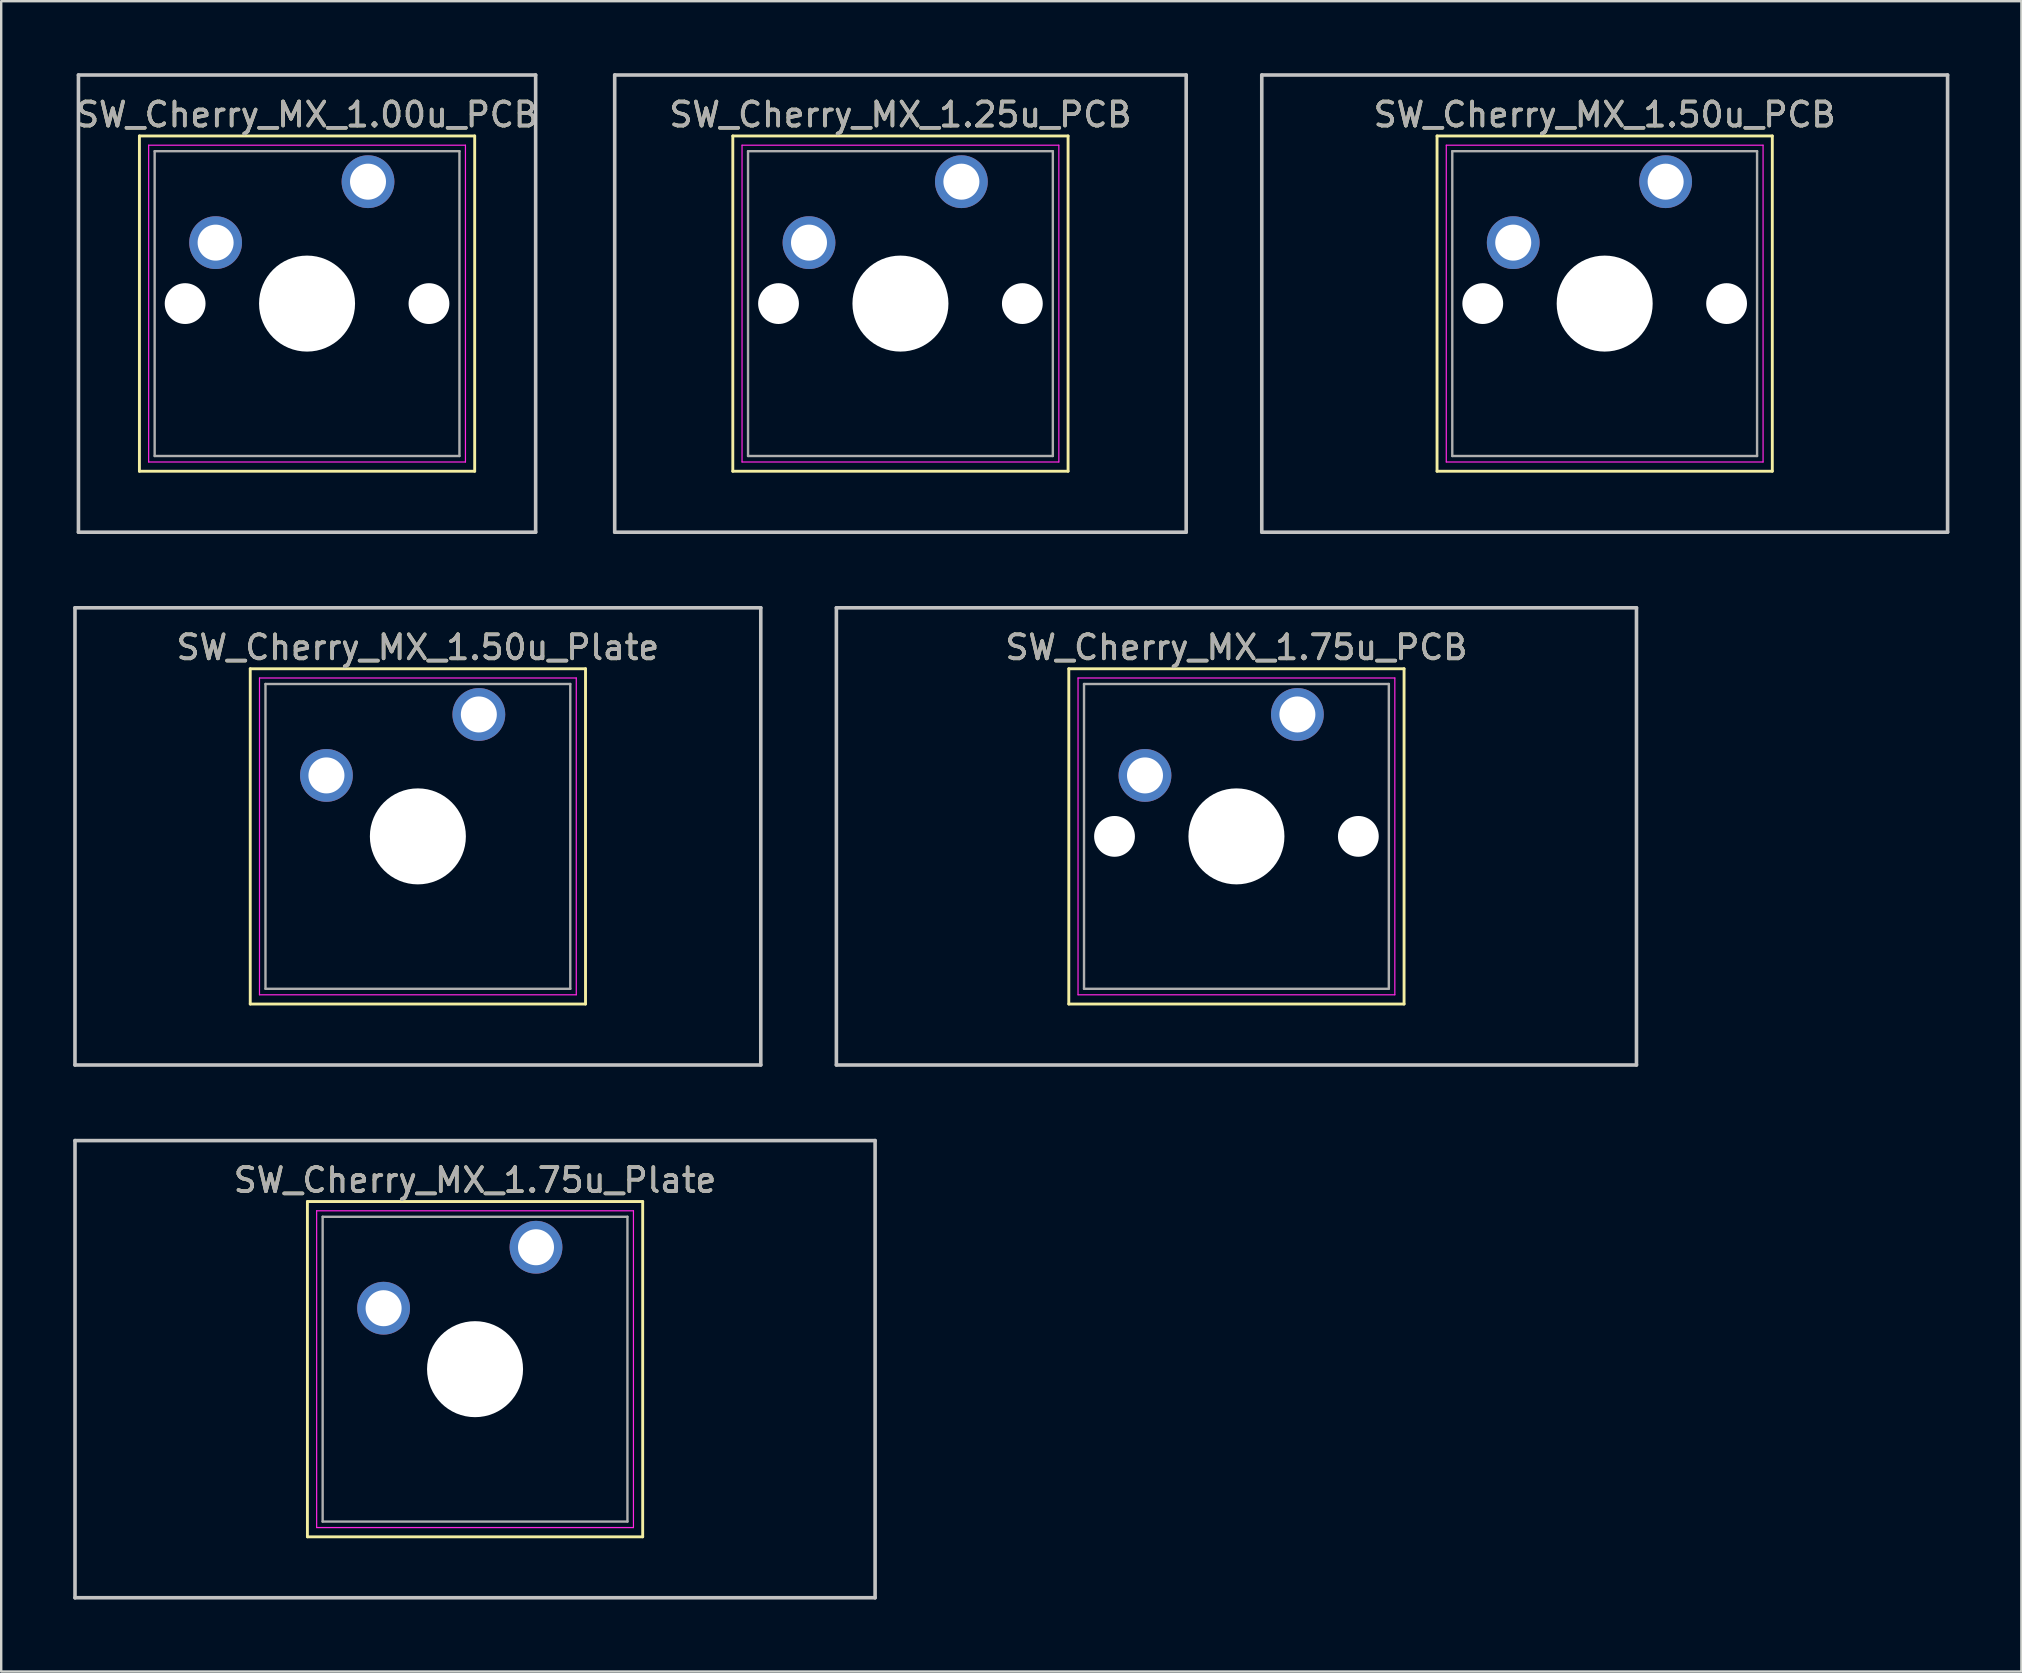
<source format=kicad_pcb>
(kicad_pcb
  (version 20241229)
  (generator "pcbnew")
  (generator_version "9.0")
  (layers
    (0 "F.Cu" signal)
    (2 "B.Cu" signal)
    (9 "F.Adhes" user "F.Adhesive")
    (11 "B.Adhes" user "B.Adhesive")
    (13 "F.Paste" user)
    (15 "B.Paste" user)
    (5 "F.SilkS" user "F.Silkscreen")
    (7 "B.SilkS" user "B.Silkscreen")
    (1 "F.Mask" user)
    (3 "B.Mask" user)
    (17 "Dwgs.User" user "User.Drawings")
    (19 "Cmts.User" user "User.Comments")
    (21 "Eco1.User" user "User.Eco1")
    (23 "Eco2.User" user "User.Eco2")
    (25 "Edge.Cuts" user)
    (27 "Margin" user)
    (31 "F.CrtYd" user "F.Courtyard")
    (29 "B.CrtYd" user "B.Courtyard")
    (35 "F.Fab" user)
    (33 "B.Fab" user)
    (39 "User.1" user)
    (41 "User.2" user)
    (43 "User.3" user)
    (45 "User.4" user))
  (footprint "SW_Cherry_MX_1.25u_PCB"
    (layer "F.Cu")
    (at 37.009 4.52)
    (property "Reference" "SW_Cherry_MX_1.25u_PCB" (at -2.54 -2.794 0) (layer "F.SilkS") (effects (font (size 1 1) (thickness 0.15))))
    (attr through_hole)
    (fp_line (start -9.525 -1.905) (end 4.445 -1.905) (stroke (width 0.12) (type solid)) (layer "F.SilkS"))
    (fp_line (start -9.525 12.065) (end -9.525 -1.905) (stroke (width 0.12) (type solid)) (layer "F.SilkS"))
    (fp_line (start 4.445 -1.905) (end 4.445 12.065) (stroke (width 0.12) (type solid)) (layer "F.SilkS"))
    (fp_line (start 4.445 12.065) (end -9.525 12.065) (stroke (width 0.12) (type solid)) (layer "F.SilkS"))
    (fp_line (start -14.446 -4.445) (end 9.366 -4.445) (stroke (width 0.15) (type solid)) (layer "Dwgs.User"))
    (fp_line (start -14.446 14.605) (end -14.446 -4.445) (stroke (width 0.15) (type solid)) (layer "Dwgs.User"))
    (fp_line (start 9.366 -4.445) (end 9.366 14.605) (stroke (width 0.15) (type solid)) (layer "Dwgs.User"))
    (fp_line (start 9.366 14.605) (end -14.446 14.605) (stroke (width 0.15) (type solid)) (layer "Dwgs.User"))
    (fp_line (start -9.14 -1.52) (end 4.06 -1.52) (stroke (width 0.05) (type solid)) (layer "F.CrtYd"))
    (fp_line (start -9.14 11.68) (end -9.14 -1.52) (stroke (width 0.05) (type solid)) (layer "F.CrtYd"))
    (fp_line (start 4.06 -1.52) (end 4.06 11.68) (stroke (width 0.05) (type solid)) (layer "F.CrtYd"))
    (fp_line (start 4.06 11.68) (end -9.14 11.68) (stroke (width 0.05) (type solid)) (layer "F.CrtYd"))
    (fp_line (start -8.89 -1.27) (end 3.81 -1.27) (stroke (width 0.1) (type solid)) (layer "F.Fab"))
    (fp_line (start -8.89 11.43) (end -8.89 -1.27) (stroke (width 0.1) (type solid)) (layer "F.Fab"))
    (fp_line (start 3.81 -1.27) (end 3.81 11.43) (stroke (width 0.1) (type solid)) (layer "F.Fab"))
    (fp_line (start 3.81 11.43) (end -8.89 11.43) (stroke (width 0.1) (type solid)) (layer "F.Fab"))
    (fp_text user "${REFERENCE}" (at -2.54 -2.794 0) (layer "F.Fab") (effects (font (size 1 1) (thickness 0.15))))
    (pad "" np_thru_hole circle (at -7.62 5.08) (size 1.7 1.7) (drill 1.7) (layers "*.Cu" "*.Mask"))
    (pad "" np_thru_hole circle (at -2.54 5.08) (size 4 4) (drill 4) (layers "*.Cu" "*.Mask"))
    (pad "" np_thru_hole circle (at 2.54 5.08) (size 1.7 1.7) (drill 1.7) (layers "*.Cu" "*.Mask"))
    (pad "1" thru_hole circle (at 0 0) (size 2.2 2.2) (drill 1.5) (layers "*.Cu" "*.Mask"))
    (pad "2" thru_hole circle (at -6.35 2.54) (size 2.2 2.2) (drill 1.5) (layers "*.Cu" "*.Mask")))
  (footprint "SW_Cherry_MX_1.00u_PCB"
    (layer "F.Cu")
    (at 12.284 4.52)
    (property "Reference" "SW_Cherry_MX_1.00u_PCB" (at -2.54 -2.794 0) (layer "F.SilkS") (effects (font (size 1 1) (thickness 0.15))))
    (attr through_hole)
    (fp_line (start -9.525 -1.905) (end 4.445 -1.905) (stroke (width 0.12) (type solid)) (layer "F.SilkS"))
    (fp_line (start -9.525 12.065) (end -9.525 -1.905) (stroke (width 0.12) (type solid)) (layer "F.SilkS"))
    (fp_line (start 4.445 -1.905) (end 4.445 12.065) (stroke (width 0.12) (type solid)) (layer "F.SilkS"))
    (fp_line (start 4.445 12.065) (end -9.525 12.065) (stroke (width 0.12) (type solid)) (layer "F.SilkS"))
    (fp_line (start -12.065 -4.445) (end 6.985 -4.445) (stroke (width 0.15) (type solid)) (layer "Dwgs.User"))
    (fp_line (start -12.065 14.605) (end -12.065 -4.445) (stroke (width 0.15) (type solid)) (layer "Dwgs.User"))
    (fp_line (start 6.985 -4.445) (end 6.985 14.605) (stroke (width 0.15) (type solid)) (layer "Dwgs.User"))
    (fp_line (start 6.985 14.605) (end -12.065 14.605) (stroke (width 0.15) (type solid)) (layer "Dwgs.User"))
    (fp_line (start -9.14 -1.52) (end 4.06 -1.52) (stroke (width 0.05) (type solid)) (layer "F.CrtYd"))
    (fp_line (start -9.14 11.68) (end -9.14 -1.52) (stroke (width 0.05) (type solid)) (layer "F.CrtYd"))
    (fp_line (start 4.06 -1.52) (end 4.06 11.68) (stroke (width 0.05) (type solid)) (layer "F.CrtYd"))
    (fp_line (start 4.06 11.68) (end -9.14 11.68) (stroke (width 0.05) (type solid)) (layer "F.CrtYd"))
    (fp_line (start -8.89 -1.27) (end 3.81 -1.27) (stroke (width 0.1) (type solid)) (layer "F.Fab"))
    (fp_line (start -8.89 11.43) (end -8.89 -1.27) (stroke (width 0.1) (type solid)) (layer "F.Fab"))
    (fp_line (start 3.81 -1.27) (end 3.81 11.43) (stroke (width 0.1) (type solid)) (layer "F.Fab"))
    (fp_line (start 3.81 11.43) (end -8.89 11.43) (stroke (width 0.1) (type solid)) (layer "F.Fab"))
    (fp_text user "${REFERENCE}" (at -2.54 -2.794 0) (layer "F.Fab") (effects (font (size 1 1) (thickness 0.15))))
    (pad "" np_thru_hole circle (at -7.62 5.08) (size 1.7 1.7) (drill 1.7) (layers "*.Cu" "*.Mask"))
    (pad "" np_thru_hole circle (at -2.54 5.08) (size 4 4) (drill 4) (layers "*.Cu" "*.Mask"))
    (pad "" np_thru_hole circle (at 2.54 5.08) (size 1.7 1.7) (drill 1.7) (layers "*.Cu" "*.Mask"))
    (pad "1" thru_hole circle (at 0 0) (size 2.2 2.2) (drill 1.5) (layers "*.Cu" "*.Mask"))
    (pad "2" thru_hole circle (at -6.35 2.54) (size 2.2 2.2) (drill 1.5) (layers "*.Cu" "*.Mask")))
  (footprint "SW_Cherry_MX_1.75u_PCB"
    (layer "F.Cu")
    (at 51.009 26.72)
    (property "Reference" "SW_Cherry_MX_1.75u_PCB" (at -2.54 -2.794 0) (layer "F.SilkS") (effects (font (size 1 1) (thickness 0.15))))
    (attr through_hole)
    (fp_line (start -9.525 -1.905) (end 4.445 -1.905) (stroke (width 0.12) (type solid)) (layer "F.SilkS"))
    (fp_line (start -9.525 12.065) (end -9.525 -1.905) (stroke (width 0.12) (type solid)) (layer "F.SilkS"))
    (fp_line (start 4.445 -1.905) (end 4.445 12.065) (stroke (width 0.12) (type solid)) (layer "F.SilkS"))
    (fp_line (start 4.445 12.065) (end -9.525 12.065) (stroke (width 0.12) (type solid)) (layer "F.SilkS"))
    (fp_line (start -19.209 -4.445) (end 14.129 -4.445) (stroke (width 0.15) (type solid)) (layer "Dwgs.User"))
    (fp_line (start -19.209 14.605) (end -19.209 -4.445) (stroke (width 0.15) (type solid)) (layer "Dwgs.User"))
    (fp_line (start 14.129 -4.445) (end 14.129 14.605) (stroke (width 0.15) (type solid)) (layer "Dwgs.User"))
    (fp_line (start 14.129 14.605) (end -19.209 14.605) (stroke (width 0.15) (type solid)) (layer "Dwgs.User"))
    (fp_line (start -9.14 -1.52) (end 4.06 -1.52) (stroke (width 0.05) (type solid)) (layer "F.CrtYd"))
    (fp_line (start -9.14 11.68) (end -9.14 -1.52) (stroke (width 0.05) (type solid)) (layer "F.CrtYd"))
    (fp_line (start 4.06 -1.52) (end 4.06 11.68) (stroke (width 0.05) (type solid)) (layer "F.CrtYd"))
    (fp_line (start 4.06 11.68) (end -9.14 11.68) (stroke (width 0.05) (type solid)) (layer "F.CrtYd"))
    (fp_line (start -8.89 -1.27) (end 3.81 -1.27) (stroke (width 0.1) (type solid)) (layer "F.Fab"))
    (fp_line (start -8.89 11.43) (end -8.89 -1.27) (stroke (width 0.1) (type solid)) (layer "F.Fab"))
    (fp_line (start 3.81 -1.27) (end 3.81 11.43) (stroke (width 0.1) (type solid)) (layer "F.Fab"))
    (fp_line (start 3.81 11.43) (end -8.89 11.43) (stroke (width 0.1) (type solid)) (layer "F.Fab"))
    (fp_text user "${REFERENCE}" (at -2.54 -2.794 0) (layer "F.Fab") (effects (font (size 1 1) (thickness 0.15))))
    (pad "" np_thru_hole circle (at -7.62 5.08) (size 1.7 1.7) (drill 1.7) (layers "*.Cu" "*.Mask"))
    (pad "" np_thru_hole circle (at -2.54 5.08) (size 4 4) (drill 4) (layers "*.Cu" "*.Mask"))
    (pad "" np_thru_hole circle (at 2.54 5.08) (size 1.7 1.7) (drill 1.7) (layers "*.Cu" "*.Mask"))
    (pad "1" thru_hole circle (at 0 0) (size 2.2 2.2) (drill 1.5) (layers "*.Cu" "*.Mask"))
    (pad "2" thru_hole circle (at -6.35 2.54) (size 2.2 2.2) (drill 1.5) (layers "*.Cu" "*.Mask")))
  (footprint "SW_Cherry_MX_1.50u_PCB"
    (layer "F.Cu")
    (at 66.353 4.52)
    (property "Reference" "SW_Cherry_MX_1.50u_PCB" (at -2.54 -2.794 0) (layer "F.SilkS") (effects (font (size 1 1) (thickness 0.15))))
    (attr through_hole)
    (fp_line (start -9.525 -1.905) (end 4.445 -1.905) (stroke (width 0.12) (type solid)) (layer "F.SilkS"))
    (fp_line (start -9.525 12.065) (end -9.525 -1.905) (stroke (width 0.12) (type solid)) (layer "F.SilkS"))
    (fp_line (start 4.445 -1.905) (end 4.445 12.065) (stroke (width 0.12) (type solid)) (layer "F.SilkS"))
    (fp_line (start 4.445 12.065) (end -9.525 12.065) (stroke (width 0.12) (type solid)) (layer "F.SilkS"))
    (fp_line (start -16.828 -4.445) (end 11.748 -4.445) (stroke (width 0.15) (type solid)) (layer "Dwgs.User"))
    (fp_line (start -16.828 14.605) (end -16.828 -4.445) (stroke (width 0.15) (type solid)) (layer "Dwgs.User"))
    (fp_line (start 11.748 -4.445) (end 11.748 14.605) (stroke (width 0.15) (type solid)) (layer "Dwgs.User"))
    (fp_line (start 11.748 14.605) (end -16.828 14.605) (stroke (width 0.15) (type solid)) (layer "Dwgs.User"))
    (fp_line (start -9.14 -1.52) (end 4.06 -1.52) (stroke (width 0.05) (type solid)) (layer "F.CrtYd"))
    (fp_line (start -9.14 11.68) (end -9.14 -1.52) (stroke (width 0.05) (type solid)) (layer "F.CrtYd"))
    (fp_line (start 4.06 -1.52) (end 4.06 11.68) (stroke (width 0.05) (type solid)) (layer "F.CrtYd"))
    (fp_line (start 4.06 11.68) (end -9.14 11.68) (stroke (width 0.05) (type solid)) (layer "F.CrtYd"))
    (fp_line (start -8.89 -1.27) (end 3.81 -1.27) (stroke (width 0.1) (type solid)) (layer "F.Fab"))
    (fp_line (start -8.89 11.43) (end -8.89 -1.27) (stroke (width 0.1) (type solid)) (layer "F.Fab"))
    (fp_line (start 3.81 -1.27) (end 3.81 11.43) (stroke (width 0.1) (type solid)) (layer "F.Fab"))
    (fp_line (start 3.81 11.43) (end -8.89 11.43) (stroke (width 0.1) (type solid)) (layer "F.Fab"))
    (fp_text user "${REFERENCE}" (at -2.54 -2.794 0) (layer "F.Fab") (effects (font (size 1 1) (thickness 0.15))))
    (pad "" np_thru_hole circle (at -7.62 5.08) (size 1.7 1.7) (drill 1.7) (layers "*.Cu" "*.Mask"))
    (pad "" np_thru_hole circle (at -2.54 5.08) (size 4 4) (drill 4) (layers "*.Cu" "*.Mask"))
    (pad "" np_thru_hole circle (at 2.54 5.08) (size 1.7 1.7) (drill 1.7) (layers "*.Cu" "*.Mask"))
    (pad "1" thru_hole circle (at 0 0) (size 2.2 2.2) (drill 1.5) (layers "*.Cu" "*.Mask"))
    (pad "2" thru_hole circle (at -6.35 2.54) (size 2.2 2.2) (drill 1.5) (layers "*.Cu" "*.Mask")))
  (footprint "SW_Cherry_MX_1.50u_Plate"
    (layer "F.Cu")
    (at 16.902 26.72)
    (property "Reference" "SW_Cherry_MX_1.50u_Plate" (at -2.54 -2.794 0) (layer "F.SilkS") (effects (font (size 1 1) (thickness 0.15))))
    (attr through_hole)
    (fp_line (start -9.525 -1.905) (end 4.445 -1.905) (stroke (width 0.12) (type solid)) (layer "F.SilkS"))
    (fp_line (start -9.525 12.065) (end -9.525 -1.905) (stroke (width 0.12) (type solid)) (layer "F.SilkS"))
    (fp_line (start 4.445 -1.905) (end 4.445 12.065) (stroke (width 0.12) (type solid)) (layer "F.SilkS"))
    (fp_line (start 4.445 12.065) (end -9.525 12.065) (stroke (width 0.12) (type solid)) (layer "F.SilkS"))
    (fp_line (start -16.828 -4.445) (end 11.748 -4.445) (stroke (width 0.15) (type solid)) (layer "Dwgs.User"))
    (fp_line (start -16.828 14.605) (end -16.828 -4.445) (stroke (width 0.15) (type solid)) (layer "Dwgs.User"))
    (fp_line (start 11.748 -4.445) (end 11.748 14.605) (stroke (width 0.15) (type solid)) (layer "Dwgs.User"))
    (fp_line (start 11.748 14.605) (end -16.828 14.605) (stroke (width 0.15) (type solid)) (layer "Dwgs.User"))
    (fp_line (start -9.14 -1.52) (end 4.06 -1.52) (stroke (width 0.05) (type solid)) (layer "F.CrtYd"))
    (fp_line (start -9.14 11.68) (end -9.14 -1.52) (stroke (width 0.05) (type solid)) (layer "F.CrtYd"))
    (fp_line (start 4.06 -1.52) (end 4.06 11.68) (stroke (width 0.05) (type solid)) (layer "F.CrtYd"))
    (fp_line (start 4.06 11.68) (end -9.14 11.68) (stroke (width 0.05) (type solid)) (layer "F.CrtYd"))
    (fp_line (start -8.89 -1.27) (end 3.81 -1.27) (stroke (width 0.1) (type solid)) (layer "F.Fab"))
    (fp_line (start -8.89 11.43) (end -8.89 -1.27) (stroke (width 0.1) (type solid)) (layer "F.Fab"))
    (fp_line (start 3.81 -1.27) (end 3.81 11.43) (stroke (width 0.1) (type solid)) (layer "F.Fab"))
    (fp_line (start 3.81 11.43) (end -8.89 11.43) (stroke (width 0.1) (type solid)) (layer "F.Fab"))
    (fp_text user "${REFERENCE}" (at -2.54 -2.794 0) (layer "F.Fab") (effects (font (size 1 1) (thickness 0.15))))
    (pad "" np_thru_hole circle (at -2.54 5.08) (size 4 4) (drill 4) (layers "*.Cu" "*.Mask"))
    (pad "1" thru_hole circle (at 0 0) (size 2.2 2.2) (drill 1.5) (layers "*.Cu" "*.Mask"))
    (pad "2" thru_hole circle (at -6.35 2.54) (size 2.2 2.2) (drill 1.5) (layers "*.Cu" "*.Mask")))
  (footprint "SW_Cherry_MX_1.75u_Plate"
    (layer "F.Cu")
    (at 19.284 48.92)
    (property "Reference" "SW_Cherry_MX_1.75u_Plate" (at -2.54 -2.794 0) (layer "F.SilkS") (effects (font (size 1 1) (thickness 0.15))))
    (attr through_hole)
    (fp_line (start -9.525 -1.905) (end 4.445 -1.905) (stroke (width 0.12) (type solid)) (layer "F.SilkS"))
    (fp_line (start -9.525 12.065) (end -9.525 -1.905) (stroke (width 0.12) (type solid)) (layer "F.SilkS"))
    (fp_line (start 4.445 -1.905) (end 4.445 12.065) (stroke (width 0.12) (type solid)) (layer "F.SilkS"))
    (fp_line (start 4.445 12.065) (end -9.525 12.065) (stroke (width 0.12) (type solid)) (layer "F.SilkS"))
    (fp_line (start -19.209 -4.445) (end 14.129 -4.445) (stroke (width 0.15) (type solid)) (layer "Dwgs.User"))
    (fp_line (start -19.209 14.605) (end -19.209 -4.445) (stroke (width 0.15) (type solid)) (layer "Dwgs.User"))
    (fp_line (start 14.129 -4.445) (end 14.129 14.605) (stroke (width 0.15) (type solid)) (layer "Dwgs.User"))
    (fp_line (start 14.129 14.605) (end -19.209 14.605) (stroke (width 0.15) (type solid)) (layer "Dwgs.User"))
    (fp_line (start -9.14 -1.52) (end 4.06 -1.52) (stroke (width 0.05) (type solid)) (layer "F.CrtYd"))
    (fp_line (start -9.14 11.68) (end -9.14 -1.52) (stroke (width 0.05) (type solid)) (layer "F.CrtYd"))
    (fp_line (start 4.06 -1.52) (end 4.06 11.68) (stroke (width 0.05) (type solid)) (layer "F.CrtYd"))
    (fp_line (start 4.06 11.68) (end -9.14 11.68) (stroke (width 0.05) (type solid)) (layer "F.CrtYd"))
    (fp_line (start -8.89 -1.27) (end 3.81 -1.27) (stroke (width 0.1) (type solid)) (layer "F.Fab"))
    (fp_line (start -8.89 11.43) (end -8.89 -1.27) (stroke (width 0.1) (type solid)) (layer "F.Fab"))
    (fp_line (start 3.81 -1.27) (end 3.81 11.43) (stroke (width 0.1) (type solid)) (layer "F.Fab"))
    (fp_line (start 3.81 11.43) (end -8.89 11.43) (stroke (width 0.1) (type solid)) (layer "F.Fab"))
    (fp_text user "${REFERENCE}" (at -2.54 -2.794 0) (layer "F.Fab") (effects (font (size 1 1) (thickness 0.15))))
    (pad "" np_thru_hole circle (at -2.54 5.08) (size 4 4) (drill 4) (layers "*.Cu" "*.Mask"))
    (pad "1" thru_hole circle (at 0 0) (size 2.2 2.2) (drill 1.5) (layers "*.Cu" "*.Mask"))
    (pad "2" thru_hole circle (at -6.35 2.54) (size 2.2 2.2) (drill 1.5) (layers "*.Cu" "*.Mask")))
  (gr_rect
    (start -3 -3)
    (end 81.176 66.6)
    (stroke (width 0.1) (type default))
    (fill no)
    (layer "Edge.Cuts")))
</source>
